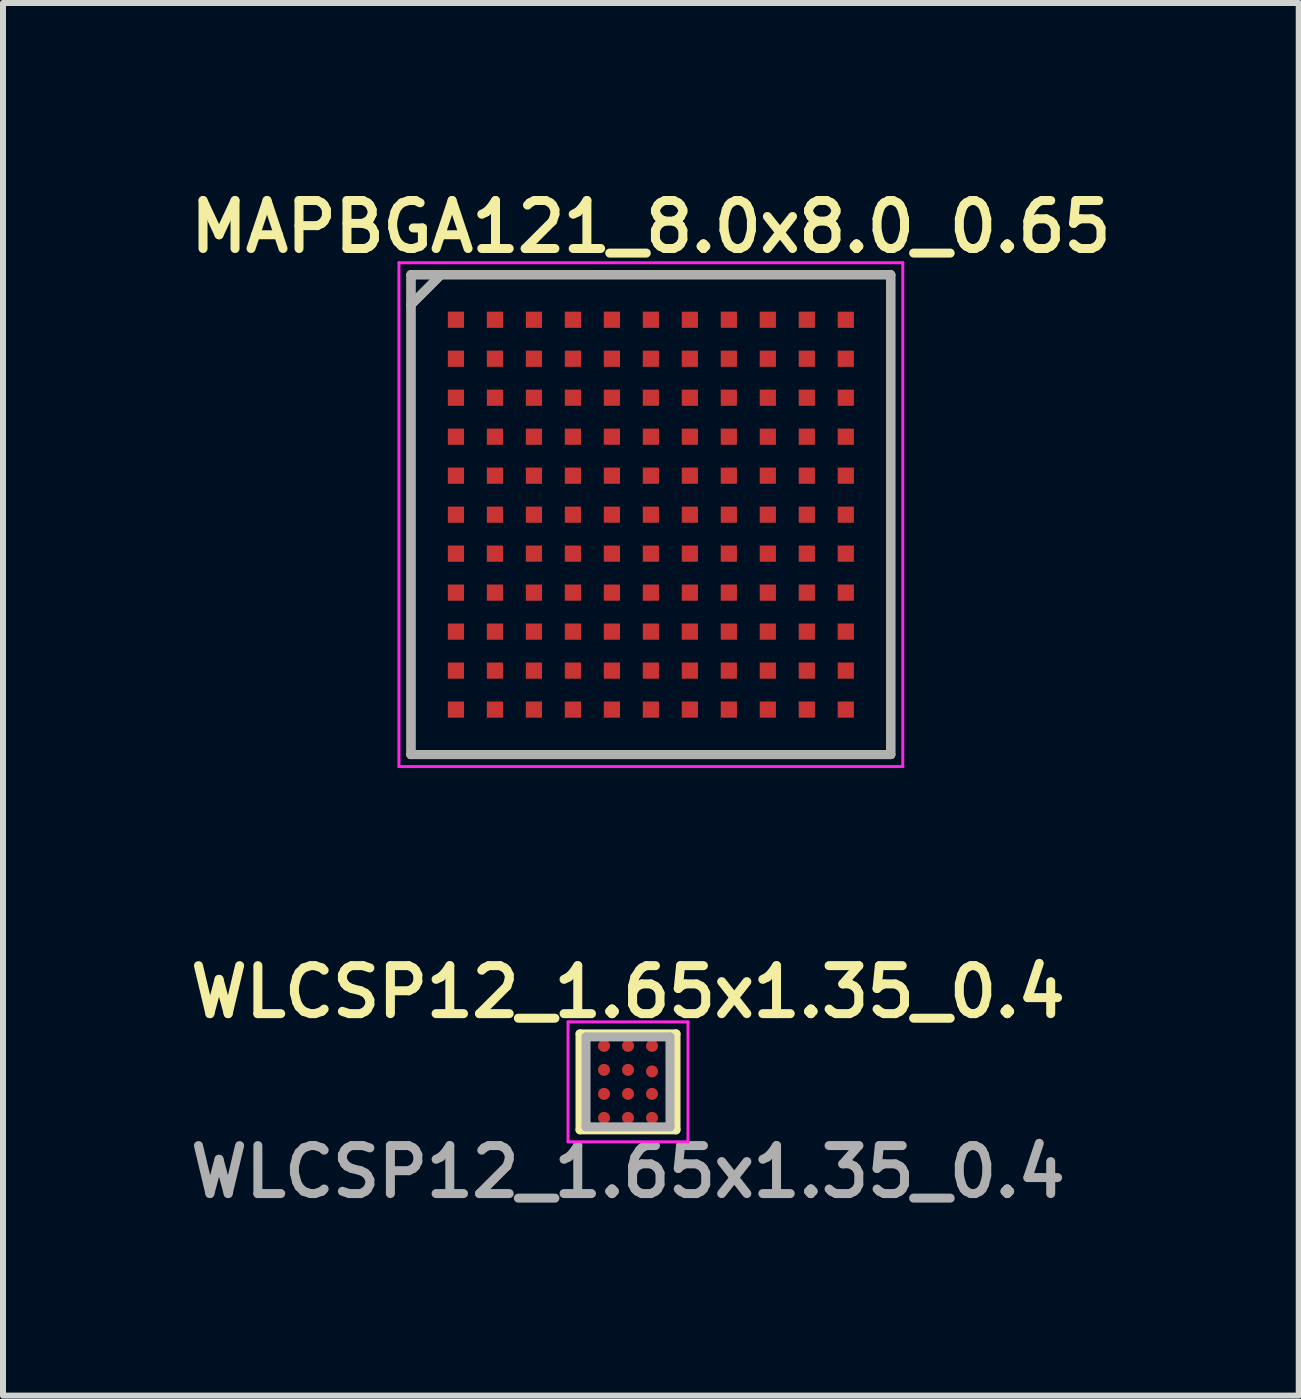
<source format=kicad_pcb>
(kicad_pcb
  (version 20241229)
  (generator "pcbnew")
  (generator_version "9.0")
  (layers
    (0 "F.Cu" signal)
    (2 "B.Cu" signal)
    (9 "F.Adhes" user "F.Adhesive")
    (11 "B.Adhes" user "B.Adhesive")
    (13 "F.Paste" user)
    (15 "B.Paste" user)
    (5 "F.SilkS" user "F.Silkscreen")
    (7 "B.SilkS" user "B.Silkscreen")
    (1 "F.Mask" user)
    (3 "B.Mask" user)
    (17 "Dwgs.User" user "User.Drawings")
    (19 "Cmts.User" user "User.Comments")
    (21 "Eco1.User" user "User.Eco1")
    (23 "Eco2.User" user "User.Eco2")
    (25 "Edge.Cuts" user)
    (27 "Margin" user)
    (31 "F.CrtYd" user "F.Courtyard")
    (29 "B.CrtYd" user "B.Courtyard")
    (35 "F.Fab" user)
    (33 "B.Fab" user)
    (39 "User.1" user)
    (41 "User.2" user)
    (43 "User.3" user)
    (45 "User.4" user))
  (footprint "WLCSP12_1.65x1.35_0.4"
    (layer "F.Cu")
    (at 7.421 14.988)
    (property "Reference" "WLCSP12_1.65x1.35_0.4" (at 0 -1.5 0) (layer "F.SilkS") (effects (font (size 0.8 0.8) (thickness 0.15))))
    (attr through_hole)
    (fp_line (start -0.8 -0.8) (end 0.8 -0.8) (stroke (width 0.15) (type solid)) (layer "F.SilkS"))
    (fp_line (start -0.8 0.8) (end -0.8 -0.8) (stroke (width 0.15) (type solid)) (layer "F.SilkS"))
    (fp_line (start 0.8 -0.8) (end 0.8 0.8) (stroke (width 0.15) (type solid)) (layer "F.SilkS"))
    (fp_line (start 0.8 0.8) (end -0.8 0.8) (stroke (width 0.15) (type solid)) (layer "F.SilkS"))
    (fp_line (start -1 -1) (end -1 1) (stroke (width 0.05) (type solid)) (layer "F.CrtYd"))
    (fp_line (start -1 1) (end 1 1) (stroke (width 0.05) (type solid)) (layer "F.CrtYd"))
    (fp_line (start 1 -1) (end -1 -1) (stroke (width 0.05) (type solid)) (layer "F.CrtYd"))
    (fp_line (start 1 1) (end 1 -1) (stroke (width 0.05) (type solid)) (layer "F.CrtYd"))
    (fp_line (start -0.7 -0.75) (end 0.7 -0.75) (stroke (width 0.15) (type solid)) (layer "F.Fab"))
    (fp_line (start -0.7 0.75) (end -0.7 -0.75) (stroke (width 0.15) (type solid)) (layer "F.Fab"))
    (fp_line (start 0.7 -0.75) (end 0.7 0.75) (stroke (width 0.15) (type solid)) (layer "F.Fab"))
    (fp_line (start 0.7 0.75) (end -0.7 0.75) (stroke (width 0.15) (type solid)) (layer "F.Fab"))
    (fp_text user "${REFERENCE}" (at 0 1.5 0) (layer "F.Fab") (effects (font (size 0.8 0.8) (thickness 0.15))))
    (pad "A1" smd circle (at -0.4 -0.6) (size 0.2 0.2) (layers "F.Cu" "F.Mask" "F.Paste"))
    (pad "A2" smd circle (at 0 -0.6) (size 0.2 0.2) (layers "F.Cu" "F.Mask" "F.Paste"))
    (pad "A3" smd circle (at 0.4 -0.6) (size 0.2 0.2) (layers "F.Cu" "F.Mask" "F.Paste"))
    (pad "B1" smd circle (at -0.4 -0.2) (size 0.2 0.2) (layers "F.Cu" "F.Mask" "F.Paste"))
    (pad "B2" smd circle (at 0 -0.2) (size 0.2 0.2) (layers "F.Cu" "F.Mask" "F.Paste"))
    (pad "B3" smd circle (at 0.4 -0.175) (size 0.2 0.2) (layers "F.Cu" "F.Mask" "F.Paste"))
    (pad "C1" smd circle (at -0.4 0.2) (size 0.2 0.2) (layers "F.Cu" "F.Mask" "F.Paste"))
    (pad "C2" smd circle (at 0 0.2) (size 0.2 0.2) (layers "F.Cu" "F.Mask" "F.Paste"))
    (pad "C3" smd circle (at 0.4 0.2) (size 0.2 0.2) (layers "F.Cu" "F.Mask" "F.Paste"))
    (pad "D1" smd circle (at -0.4 0.6) (size 0.2 0.2) (layers "F.Cu" "F.Mask" "F.Paste"))
    (pad "D2" smd circle (at 0 0.6) (size 0.2 0.2) (layers "F.Cu" "F.Mask" "F.Paste"))
    (pad "D3" smd circle (at 0.4 0.6) (size 0.2 0.2) (layers "F.Cu" "F.Mask" "F.Paste")))
  (footprint "MAPBGA121_8.0x8.0_0.65"
    (layer "F.Cu")
    (at 7.802 5.531)
    (property "Reference" "MAPBGA121_8.0x8.0_0.65" (at 0 -4.8 0) (layer "F.SilkS") (effects (font (size 0.8 0.8) (thickness 0.15))))
    (attr through_hole)
    (fp_line (start -4 -4) (end 4 -4) (stroke (width 0.15) (type solid)) (layer "F.SilkS"))
    (fp_line (start -4 -3.5) (end -3.5 -4) (stroke (width 0.15) (type solid)) (layer "F.SilkS"))
    (fp_line (start -4 4) (end -4 -4) (stroke (width 0.15) (type solid)) (layer "F.SilkS"))
    (fp_line (start 4 -4) (end 4 4) (stroke (width 0.15) (type solid)) (layer "F.SilkS"))
    (fp_line (start 4 4) (end -4 4) (stroke (width 0.15) (type solid)) (layer "F.SilkS"))
    (fp_line (start -4.2 -4.2) (end 4.2 -4.2) (stroke (width 0.05) (type solid)) (layer "F.CrtYd"))
    (fp_line (start -4.2 4.2) (end -4.2 -4.2) (stroke (width 0.05) (type solid)) (layer "F.CrtYd"))
    (fp_line (start 4.2 -4.2) (end 4.2 4.2) (stroke (width 0.05) (type solid)) (layer "F.CrtYd"))
    (fp_line (start 4.2 4.2) (end -4.2 4.2) (stroke (width 0.05) (type solid)) (layer "F.CrtYd"))
    (fp_line (start -4 -4) (end 4 -4) (stroke (width 0.15) (type solid)) (layer "F.Fab"))
    (fp_line (start -4 -3.5) (end -3.5 -4) (stroke (width 0.15) (type solid)) (layer "F.Fab"))
    (fp_line (start -4 4) (end -4 -4) (stroke (width 0.15) (type solid)) (layer "F.Fab"))
    (fp_line (start 4 -4) (end 4 4) (stroke (width 0.15) (type solid)) (layer "F.Fab"))
    (fp_line (start 4 4) (end -4 4) (stroke (width 0.15) (type solid)) (layer "F.Fab"))
    (pad "A1" smd rect (at -3.25 -3.25) (size 0.27 0.27) (layers "F.Cu" "F.Mask" "F.Paste"))
    (pad "A2" smd rect (at -2.6 -3.25) (size 0.27 0.27) (layers "F.Cu" "F.Mask" "F.Paste"))
    (pad "A3" smd rect (at -1.95 -3.25) (size 0.27 0.27) (layers "F.Cu" "F.Mask" "F.Paste"))
    (pad "A4" smd rect (at -1.3 -3.25) (size 0.27 0.27) (layers "F.Cu" "F.Mask" "F.Paste"))
    (pad "A5" smd rect (at -0.65 -3.25) (size 0.27 0.27) (layers "F.Cu" "F.Mask" "F.Paste"))
    (pad "A6" smd rect (at 0 -3.25) (size 0.27 0.27) (layers "F.Cu" "F.Mask" "F.Paste"))
    (pad "A7" smd rect (at 0.65 -3.25) (size 0.27 0.27) (layers "F.Cu" "F.Mask" "F.Paste"))
    (pad "A8" smd rect (at 1.3 -3.25) (size 0.27 0.27) (layers "F.Cu" "F.Mask" "F.Paste"))
    (pad "A9" smd rect (at 1.95 -3.25) (size 0.27 0.27) (layers "F.Cu" "F.Mask" "F.Paste"))
    (pad "A10" smd rect (at 2.6 -3.25) (size 0.27 0.27) (layers "F.Cu" "F.Mask" "F.Paste"))
    (pad "A11" smd rect (at 3.25 -3.25) (size 0.27 0.27) (layers "F.Cu" "F.Mask" "F.Paste"))
    (pad "B1" smd rect (at -3.25 -2.6) (size 0.27 0.27) (layers "F.Cu" "F.Mask" "F.Paste"))
    (pad "B2" smd rect (at -2.6 -2.6) (size 0.27 0.27) (layers "F.Cu" "F.Mask" "F.Paste"))
    (pad "B3" smd rect (at -1.95 -2.6) (size 0.27 0.27) (layers "F.Cu" "F.Mask" "F.Paste"))
    (pad "B4" smd rect (at -1.3 -2.6) (size 0.27 0.27) (layers "F.Cu" "F.Mask" "F.Paste"))
    (pad "B5" smd rect (at -0.65 -2.6) (size 0.27 0.27) (layers "F.Cu" "F.Mask" "F.Paste"))
    (pad "B6" smd rect (at 0 -2.6) (size 0.27 0.27) (layers "F.Cu" "F.Mask" "F.Paste"))
    (pad "B7" smd rect (at 0.65 -2.6) (size 0.27 0.27) (layers "F.Cu" "F.Mask" "F.Paste"))
    (pad "B8" smd rect (at 1.3 -2.6) (size 0.27 0.27) (layers "F.Cu" "F.Mask" "F.Paste"))
    (pad "B9" smd rect (at 1.95 -2.6) (size 0.27 0.27) (layers "F.Cu" "F.Mask" "F.Paste"))
    (pad "B10" smd rect (at 2.6 -2.6) (size 0.27 0.27) (layers "F.Cu" "F.Mask" "F.Paste"))
    (pad "B11" smd rect (at 3.25 -2.6) (size 0.27 0.27) (layers "F.Cu" "F.Mask" "F.Paste"))
    (pad "C1" smd rect (at -3.25 -1.95) (size 0.27 0.27) (layers "F.Cu" "F.Mask" "F.Paste"))
    (pad "C2" smd rect (at -2.6 -1.95) (size 0.27 0.27) (layers "F.Cu" "F.Mask" "F.Paste"))
    (pad "C3" smd rect (at -1.95 -1.95) (size 0.27 0.27) (layers "F.Cu" "F.Mask" "F.Paste"))
    (pad "C4" smd rect (at -1.3 -1.95) (size 0.27 0.27) (layers "F.Cu" "F.Mask" "F.Paste"))
    (pad "C5" smd rect (at -0.65 -1.95) (size 0.27 0.27) (layers "F.Cu" "F.Mask" "F.Paste"))
    (pad "C6" smd rect (at 0 -1.95) (size 0.27 0.27) (layers "F.Cu" "F.Mask" "F.Paste"))
    (pad "C7" smd rect (at 0.65 -1.95) (size 0.27 0.27) (layers "F.Cu" "F.Mask" "F.Paste"))
    (pad "C8" smd rect (at 1.3 -1.95) (size 0.27 0.27) (layers "F.Cu" "F.Mask" "F.Paste"))
    (pad "C9" smd rect (at 1.95 -1.95) (size 0.27 0.27) (layers "F.Cu" "F.Mask" "F.Paste"))
    (pad "C10" smd rect (at 2.6 -1.95) (size 0.27 0.27) (layers "F.Cu" "F.Mask" "F.Paste"))
    (pad "C11" smd rect (at 3.25 -1.95) (size 0.27 0.27) (layers "F.Cu" "F.Mask" "F.Paste"))
    (pad "D1" smd rect (at -3.25 -1.3) (size 0.27 0.27) (layers "F.Cu" "F.Mask" "F.Paste"))
    (pad "D2" smd rect (at -2.6 -1.3) (size 0.27 0.27) (layers "F.Cu" "F.Mask" "F.Paste"))
    (pad "D3" smd rect (at -1.95 -1.3) (size 0.27 0.27) (layers "F.Cu" "F.Mask" "F.Paste"))
    (pad "D4" smd rect (at -1.3 -1.3) (size 0.27 0.27) (layers "F.Cu" "F.Mask" "F.Paste"))
    (pad "D5" smd rect (at -0.65 -1.3) (size 0.27 0.27) (layers "F.Cu" "F.Mask" "F.Paste"))
    (pad "D6" smd rect (at 0 -1.3) (size 0.27 0.27) (layers "F.Cu" "F.Mask" "F.Paste"))
    (pad "D7" smd rect (at 0.65 -1.3) (size 0.27 0.27) (layers "F.Cu" "F.Mask" "F.Paste"))
    (pad "D8" smd rect (at 1.3 -1.3) (size 0.27 0.27) (layers "F.Cu" "F.Mask" "F.Paste"))
    (pad "D9" smd rect (at 1.95 -1.3) (size 0.27 0.27) (layers "F.Cu" "F.Mask" "F.Paste"))
    (pad "D10" smd rect (at 2.6 -1.3) (size 0.27 0.27) (layers "F.Cu" "F.Mask" "F.Paste"))
    (pad "D11" smd rect (at 3.25 -1.3) (size 0.27 0.27) (layers "F.Cu" "F.Mask" "F.Paste"))
    (pad "E1" smd rect (at -3.25 -0.65) (size 0.27 0.27) (layers "F.Cu" "F.Mask" "F.Paste"))
    (pad "E2" smd rect (at -2.6 -0.65) (size 0.27 0.27) (layers "F.Cu" "F.Mask" "F.Paste"))
    (pad "E3" smd rect (at -1.95 -0.65) (size 0.27 0.27) (layers "F.Cu" "F.Mask" "F.Paste"))
    (pad "E4" smd rect (at -1.3 -0.65) (size 0.27 0.27) (layers "F.Cu" "F.Mask" "F.Paste"))
    (pad "E5" smd rect (at -0.65 -0.65) (size 0.27 0.27) (layers "F.Cu" "F.Mask" "F.Paste"))
    (pad "E6" smd rect (at 0 -0.65) (size 0.27 0.27) (layers "F.Cu" "F.Mask" "F.Paste"))
    (pad "E7" smd rect (at 0.65 -0.65) (size 0.27 0.27) (layers "F.Cu" "F.Mask" "F.Paste"))
    (pad "E8" smd rect (at 1.3 -0.65) (size 0.27 0.27) (layers "F.Cu" "F.Mask" "F.Paste"))
    (pad "E9" smd rect (at 1.95 -0.65) (size 0.27 0.27) (layers "F.Cu" "F.Mask" "F.Paste"))
    (pad "E10" smd rect (at 2.6 -0.65) (size 0.27 0.27) (layers "F.Cu" "F.Mask" "F.Paste"))
    (pad "E11" smd rect (at 3.25 -0.65) (size 0.27 0.27) (layers "F.Cu" "F.Mask" "F.Paste"))
    (pad "F1" smd rect (at -3.25 0) (size 0.27 0.27) (layers "F.Cu" "F.Mask" "F.Paste"))
    (pad "F2" smd rect (at -2.6 0) (size 0.27 0.27) (layers "F.Cu" "F.Mask" "F.Paste"))
    (pad "F3" smd rect (at -1.95 0) (size 0.27 0.27) (layers "F.Cu" "F.Mask" "F.Paste"))
    (pad "F4" smd rect (at -1.3 0) (size 0.27 0.27) (layers "F.Cu" "F.Mask" "F.Paste"))
    (pad "F5" smd rect (at -0.65 0) (size 0.27 0.27) (layers "F.Cu" "F.Mask" "F.Paste"))
    (pad "F6" smd rect (at 0 0) (size 0.27 0.27) (layers "F.Cu" "F.Mask" "F.Paste"))
    (pad "F7" smd rect (at 0.65 0) (size 0.27 0.27) (layers "F.Cu" "F.Mask" "F.Paste"))
    (pad "F8" smd rect (at 1.3 0) (size 0.27 0.27) (layers "F.Cu" "F.Mask" "F.Paste"))
    (pad "F9" smd rect (at 1.95 0) (size 0.27 0.27) (layers "F.Cu" "F.Mask" "F.Paste"))
    (pad "F10" smd rect (at 2.6 0) (size 0.27 0.27) (layers "F.Cu" "F.Mask" "F.Paste"))
    (pad "F11" smd rect (at 3.25 0) (size 0.27 0.27) (layers "F.Cu" "F.Mask" "F.Paste"))
    (pad "G1" smd rect (at -3.25 0.65) (size 0.27 0.27) (layers "F.Cu" "F.Mask" "F.Paste"))
    (pad "G2" smd rect (at -2.6 0.65) (size 0.27 0.27) (layers "F.Cu" "F.Mask" "F.Paste"))
    (pad "G3" smd rect (at -1.95 0.65) (size 0.27 0.27) (layers "F.Cu" "F.Mask" "F.Paste"))
    (pad "G4" smd rect (at -1.3 0.65) (size 0.27 0.27) (layers "F.Cu" "F.Mask" "F.Paste"))
    (pad "G5" smd rect (at -0.65 0.65) (size 0.27 0.27) (layers "F.Cu" "F.Mask" "F.Paste"))
    (pad "G6" smd rect (at 0 0.65) (size 0.27 0.27) (layers "F.Cu" "F.Mask" "F.Paste"))
    (pad "G7" smd rect (at 0.65 0.65) (size 0.27 0.27) (layers "F.Cu" "F.Mask" "F.Paste"))
    (pad "G8" smd rect (at 1.3 0.65) (size 0.27 0.27) (layers "F.Cu" "F.Mask" "F.Paste"))
    (pad "G9" smd rect (at 1.95 0.65) (size 0.27 0.27) (layers "F.Cu" "F.Mask" "F.Paste"))
    (pad "G10" smd rect (at 2.6 0.65) (size 0.27 0.27) (layers "F.Cu" "F.Mask" "F.Paste"))
    (pad "G11" smd rect (at 3.25 0.65) (size 0.27 0.27) (layers "F.Cu" "F.Mask" "F.Paste"))
    (pad "H1" smd rect (at -3.25 1.3) (size 0.27 0.27) (layers "F.Cu" "F.Mask" "F.Paste"))
    (pad "H2" smd rect (at -2.6 1.3) (size 0.27 0.27) (layers "F.Cu" "F.Mask" "F.Paste"))
    (pad "H3" smd rect (at -1.95 1.3) (size 0.27 0.27) (layers "F.Cu" "F.Mask" "F.Paste"))
    (pad "H4" smd rect (at -1.3 1.3) (size 0.27 0.27) (layers "F.Cu" "F.Mask" "F.Paste"))
    (pad "H5" smd rect (at -0.65 1.3) (size 0.27 0.27) (layers "F.Cu" "F.Mask" "F.Paste"))
    (pad "H6" smd rect (at 0 1.3) (size 0.27 0.27) (layers "F.Cu" "F.Mask" "F.Paste"))
    (pad "H7" smd rect (at 0.65 1.3) (size 0.27 0.27) (layers "F.Cu" "F.Mask" "F.Paste"))
    (pad "H8" smd rect (at 1.3 1.3) (size 0.27 0.27) (layers "F.Cu" "F.Mask" "F.Paste"))
    (pad "H9" smd rect (at 1.95 1.3) (size 0.27 0.27) (layers "F.Cu" "F.Mask" "F.Paste"))
    (pad "H10" smd rect (at 2.6 1.3) (size 0.27 0.27) (layers "F.Cu" "F.Mask" "F.Paste"))
    (pad "H11" smd rect (at 3.25 1.3) (size 0.27 0.27) (layers "F.Cu" "F.Mask" "F.Paste"))
    (pad "J1" smd rect (at -3.25 1.95) (size 0.27 0.27) (layers "F.Cu" "F.Mask" "F.Paste"))
    (pad "J2" smd rect (at -2.6 1.95) (size 0.27 0.27) (layers "F.Cu" "F.Mask" "F.Paste"))
    (pad "J3" smd rect (at -1.95 1.95) (size 0.27 0.27) (layers "F.Cu" "F.Mask" "F.Paste"))
    (pad "J4" smd rect (at -1.3 1.95) (size 0.27 0.27) (layers "F.Cu" "F.Mask" "F.Paste"))
    (pad "J5" smd rect (at -0.65 1.95) (size 0.27 0.27) (layers "F.Cu" "F.Mask" "F.Paste"))
    (pad "J6" smd rect (at 0 1.95) (size 0.27 0.27) (layers "F.Cu" "F.Mask" "F.Paste"))
    (pad "J7" smd rect (at 0.65 1.95) (size 0.27 0.27) (layers "F.Cu" "F.Mask" "F.Paste"))
    (pad "J8" smd rect (at 1.3 1.95) (size 0.27 0.27) (layers "F.Cu" "F.Mask" "F.Paste"))
    (pad "J9" smd rect (at 1.95 1.95) (size 0.27 0.27) (layers "F.Cu" "F.Mask" "F.Paste"))
    (pad "J10" smd rect (at 2.6 1.95) (size 0.27 0.27) (layers "F.Cu" "F.Mask" "F.Paste"))
    (pad "J11" smd rect (at 3.25 1.95) (size 0.27 0.27) (layers "F.Cu" "F.Mask" "F.Paste"))
    (pad "K1" smd rect (at -3.25 2.6) (size 0.27 0.27) (layers "F.Cu" "F.Mask" "F.Paste"))
    (pad "K2" smd rect (at -2.6 2.6) (size 0.27 0.27) (layers "F.Cu" "F.Mask" "F.Paste"))
    (pad "K3" smd rect (at -1.95 2.6) (size 0.27 0.27) (layers "F.Cu" "F.Mask" "F.Paste"))
    (pad "K4" smd rect (at -1.3 2.6) (size 0.27 0.27) (layers "F.Cu" "F.Mask" "F.Paste"))
    (pad "K5" smd rect (at -0.65 2.6) (size 0.27 0.27) (layers "F.Cu" "F.Mask" "F.Paste"))
    (pad "K6" smd rect (at 0 2.6) (size 0.27 0.27) (layers "F.Cu" "F.Mask" "F.Paste"))
    (pad "K7" smd rect (at 0.65 2.6) (size 0.27 0.27) (layers "F.Cu" "F.Mask" "F.Paste"))
    (pad "K8" smd rect (at 1.3 2.6) (size 0.27 0.27) (layers "F.Cu" "F.Mask" "F.Paste"))
    (pad "K9" smd rect (at 1.95 2.6) (size 0.27 0.27) (layers "F.Cu" "F.Mask" "F.Paste"))
    (pad "K10" smd rect (at 2.6 2.6) (size 0.27 0.27) (layers "F.Cu" "F.Mask" "F.Paste"))
    (pad "K11" smd rect (at 3.25 2.6) (size 0.27 0.27) (layers "F.Cu" "F.Mask" "F.Paste"))
    (pad "L1" smd rect (at -3.25 3.25) (size 0.27 0.27) (layers "F.Cu" "F.Mask" "F.Paste"))
    (pad "L2" smd rect (at -2.6 3.25) (size 0.27 0.27) (layers "F.Cu" "F.Mask" "F.Paste"))
    (pad "L3" smd rect (at -1.95 3.25) (size 0.27 0.27) (layers "F.Cu" "F.Mask" "F.Paste"))
    (pad "L4" smd rect (at -1.3 3.25) (size 0.27 0.27) (layers "F.Cu" "F.Mask" "F.Paste"))
    (pad "L5" smd rect (at -0.65 3.25) (size 0.27 0.27) (layers "F.Cu" "F.Mask" "F.Paste"))
    (pad "L6" smd rect (at 0 3.25) (size 0.27 0.27) (layers "F.Cu" "F.Mask" "F.Paste"))
    (pad "L7" smd rect (at 0.65 3.25) (size 0.27 0.27) (layers "F.Cu" "F.Mask" "F.Paste"))
    (pad "L8" smd rect (at 1.3 3.25) (size 0.27 0.27) (layers "F.Cu" "F.Mask" "F.Paste"))
    (pad "L9" smd rect (at 1.95 3.25) (size 0.27 0.27) (layers "F.Cu" "F.Mask" "F.Paste"))
    (pad "L10" smd rect (at 2.6 3.25) (size 0.27 0.27) (layers "F.Cu" "F.Mask" "F.Paste"))
    (pad "L11" smd rect (at 3.25 3.25) (size 0.27 0.27) (layers "F.Cu" "F.Mask" "F.Paste")))
  (gr_rect
    (start -3 -3)
    (end 18.604 20.219)
    (stroke (width 0.1) (type default))
    (fill no)
    (layer "Edge.Cuts")))
</source>
